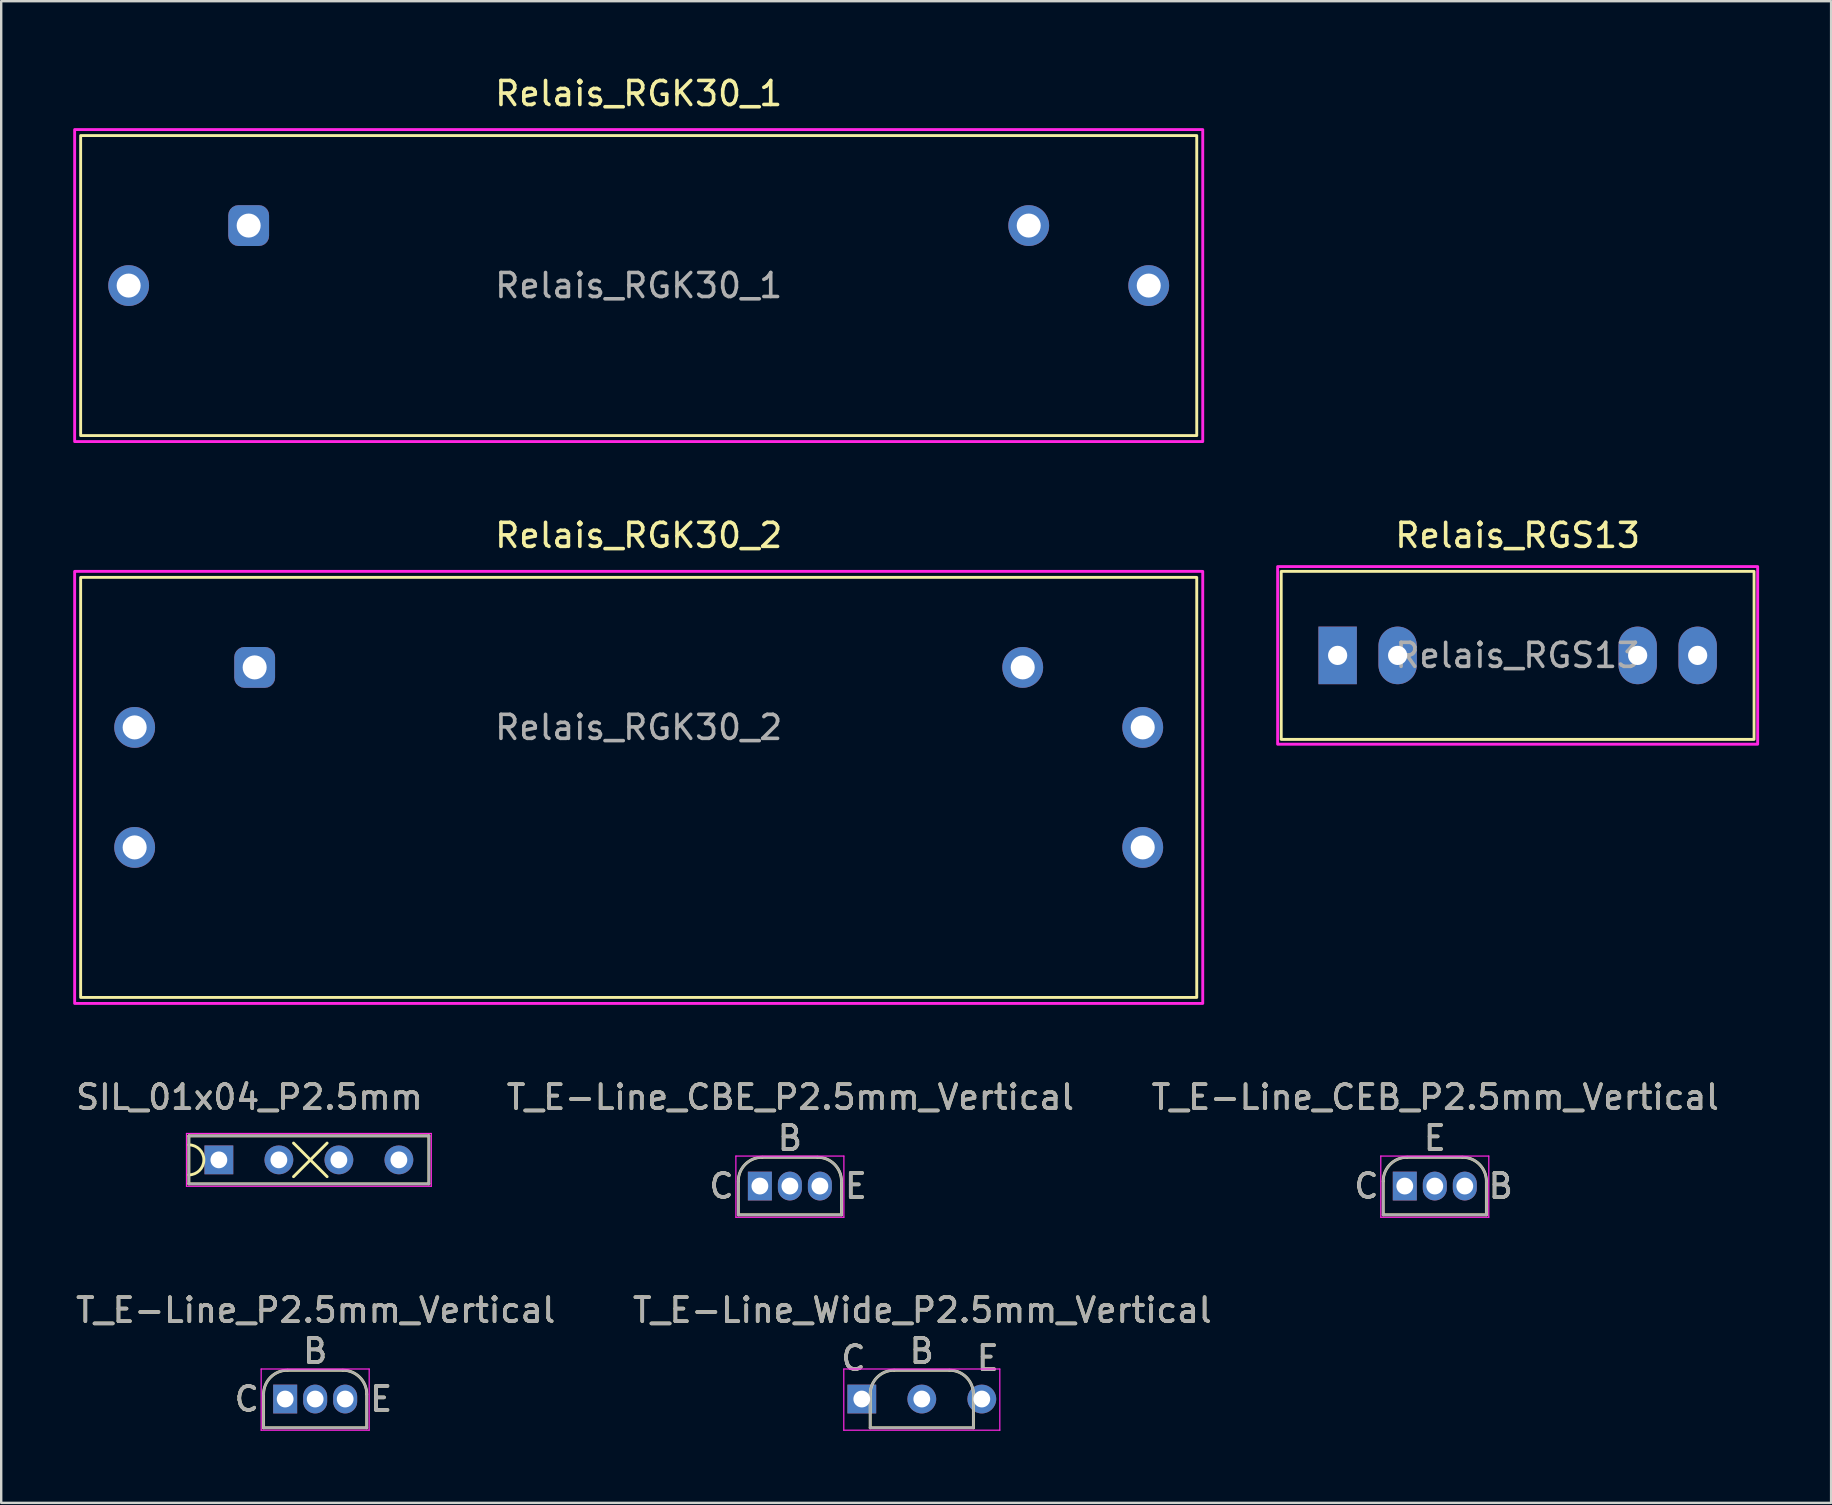
<source format=kicad_pcb>
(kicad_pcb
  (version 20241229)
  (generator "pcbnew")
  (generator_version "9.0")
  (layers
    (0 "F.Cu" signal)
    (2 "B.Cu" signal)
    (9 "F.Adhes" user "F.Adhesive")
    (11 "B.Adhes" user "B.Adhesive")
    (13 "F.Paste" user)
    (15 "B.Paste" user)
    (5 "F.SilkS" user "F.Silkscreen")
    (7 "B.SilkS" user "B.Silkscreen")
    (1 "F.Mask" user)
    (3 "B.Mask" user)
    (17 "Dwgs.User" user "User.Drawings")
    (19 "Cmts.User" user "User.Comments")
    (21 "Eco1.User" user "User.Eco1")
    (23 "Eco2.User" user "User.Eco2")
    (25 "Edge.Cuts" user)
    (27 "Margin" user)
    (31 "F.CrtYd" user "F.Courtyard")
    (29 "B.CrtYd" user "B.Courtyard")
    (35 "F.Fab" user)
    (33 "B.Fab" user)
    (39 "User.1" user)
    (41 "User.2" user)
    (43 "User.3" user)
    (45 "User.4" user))
  (footprint "Relais_RGS13"
    (layer "F.Cu")
    (at 60.18 24.256)
    (property "Reference" "Relais_RGS13" (at 0 -5 0) (unlocked yes) (layer "F.SilkS") (effects (font (size 1 1) (thickness 0.15))))
    (attr through_hole)
    (fp_rect (start -9.85 3.5) (end 9.85 -3.5) (stroke (width 0.12) (type solid)) (fill no) (layer "F.SilkS"))
    (fp_rect (start -10 -3.7) (end 10 3.7) (stroke (width 0.12) (type solid)) (fill no) (layer "F.CrtYd"))
    (fp_text user "${REFERENCE}" (at 0 0 0) (layer "F.Fab") (effects (font (size 1 1) (thickness 0.15))))
    (pad "1" thru_hole rect (at -7.5 0 90) (size 2.4 1.6) (drill 0.8) (layers "*.Cu" "*.Mask"))
    (pad "2" thru_hole oval (at -5 0 90) (size 2.4 1.6) (drill 0.8) (layers "*.Cu" "*.Mask"))
    (pad "6" thru_hole oval (at 5 0 90) (size 2.4 1.6) (drill 0.8) (layers "*.Cu" "*.Mask"))
    (pad "7" thru_hole oval (at 7.5 0 90) (size 2.4 1.6) (drill 0.8) (layers "*.Cu" "*.Mask")))
  (footprint "T_E-Line_CBE_P2.5mm_Vertical"
    (layer "F.Cu")
    (at 28.609 46.365)
    (property "Reference" "T_E-Line_CBE_P2.5mm_Vertical" (at 1.27 -3.7 0) (layer "F.SilkS") (effects (font (size 1 1) (thickness 0.15))))
    (attr through_hole)
    (fp_line (start -0.9 -0.2) (end -0.9 1.2) (stroke (width 0.12) (type solid)) (layer "F.SilkS"))
    (fp_line (start -0.9 1.2) (end 3.4 1.2) (stroke (width 0.12) (type solid)) (layer "F.SilkS"))
    (fp_line (start 2.4 -1.2) (end 0.1 -1.2) (stroke (width 0.12) (type solid)) (layer "F.SilkS"))
    (fp_line (start 3.4 1.2) (end 3.4 -0.2) (stroke (width 0.12) (type solid)) (layer "F.SilkS"))
    (fp_arc (start -0.9 -0.2) (mid -0.607107 -0.907107) (end 0.1 -1.2) (stroke (width 0.12) (type solid)) (layer "F.SilkS"))
    (fp_arc (start 2.4 -1.2) (mid 3.107107 -0.907107) (end 3.4 -0.2) (stroke (width 0.12) (type solid)) (layer "F.SilkS"))
    (fp_line (start -1 -1.25) (end -1 1.3) (stroke (width 0.05) (type solid)) (layer "F.CrtYd"))
    (fp_line (start -1 1.3) (end 3.5 1.3) (stroke (width 0.05) (type solid)) (layer "F.CrtYd"))
    (fp_line (start 3.5 -1.25) (end -1 -1.25) (stroke (width 0.05) (type solid)) (layer "F.CrtYd"))
    (fp_line (start 3.5 1.3) (end 3.5 -1.25) (stroke (width 0.05) (type solid)) (layer "F.CrtYd"))
    (fp_line (start -0.9 -0.2) (end -0.9 1.2) (stroke (width 0.1) (type solid)) (layer "F.Fab"))
    (fp_line (start -0.9 1.2) (end 3.4 1.2) (stroke (width 0.1) (type solid)) (layer "F.Fab"))
    (fp_line (start 2.4 -1.2) (end 0.1 -1.2) (stroke (width 0.1) (type solid)) (layer "F.Fab"))
    (fp_line (start 3.4 1.2) (end 3.4 -0.2) (stroke (width 0.1) (type solid)) (layer "F.Fab"))
    (fp_arc (start -0.9 -0.2) (mid -0.607107 -0.907107) (end 0.1 -1.2) (stroke (width 0.1) (type solid)) (layer "F.Fab"))
    (fp_arc (start 2.4 -1.2) (mid 3.107107 -0.907107) (end 3.4 -0.2) (stroke (width 0.1) (type solid)) (layer "F.Fab"))
    (fp_text user "E" (at 4 0 0) (layer "F.SilkS") (effects (font (size 1 1) (thickness 0.15))))
    (fp_text user "C" (at -1.6 0 0) (layer "F.SilkS") (effects (font (size 1 1) (thickness 0.15))))
    (fp_text user "B" (at 1.25 -2 0) (layer "F.SilkS") (effects (font (size 1 1) (thickness 0.15))))
    (fp_text user "C" (at -1.6 0 0) (layer "F.Fab") (effects (font (size 1 1) (thickness 0.15))))
    (fp_text user "${REFERENCE}" (at 1.27 -3.7 0) (layer "F.Fab") (effects (font (size 1 1) (thickness 0.15))))
    (fp_text user "B" (at 1.25 -2 0) (layer "F.Fab") (effects (font (size 1 1) (thickness 0.15))))
    (fp_text user "E" (at 4 0 0) (layer "F.Fab") (effects (font (size 1 1) (thickness 0.15))))
    (pad "1" thru_hole rect (at 0 0) (size 1 1.2) (drill 0.7) (layers "*.Cu" "*.Mask"))
    (pad "2" thru_hole oval (at 1.25 0) (size 1 1.2) (drill 0.7) (layers "*.Cu" "*.Mask"))
    (pad "3" thru_hole oval (at 2.5 0) (size 1 1.2) (drill 0.7) (layers "*.Cu" "*.Mask")))
  (footprint "T_E-Line_CEB_P2.5mm_Vertical"
    (layer "F.Cu")
    (at 55.478 46.365)
    (property "Reference" "T_E-Line_CEB_P2.5mm_Vertical" (at 1.27 -3.7 0) (layer "F.SilkS") (effects (font (size 1 1) (thickness 0.15))))
    (attr through_hole)
    (fp_line (start -0.9 -0.2) (end -0.9 1.2) (stroke (width 0.12) (type solid)) (layer "F.SilkS"))
    (fp_line (start -0.9 1.2) (end 3.4 1.2) (stroke (width 0.12) (type solid)) (layer "F.SilkS"))
    (fp_line (start 2.4 -1.2) (end 0.1 -1.2) (stroke (width 0.12) (type solid)) (layer "F.SilkS"))
    (fp_line (start 3.4 1.2) (end 3.4 -0.2) (stroke (width 0.12) (type solid)) (layer "F.SilkS"))
    (fp_arc (start -0.9 -0.2) (mid -0.607107 -0.907107) (end 0.1 -1.2) (stroke (width 0.12) (type solid)) (layer "F.SilkS"))
    (fp_arc (start 2.4 -1.2) (mid 3.107107 -0.907107) (end 3.4 -0.2) (stroke (width 0.12) (type solid)) (layer "F.SilkS"))
    (fp_line (start -1 -1.25) (end -1 1.3) (stroke (width 0.05) (type solid)) (layer "F.CrtYd"))
    (fp_line (start -1 1.3) (end 3.5 1.3) (stroke (width 0.05) (type solid)) (layer "F.CrtYd"))
    (fp_line (start 3.5 -1.25) (end -1 -1.25) (stroke (width 0.05) (type solid)) (layer "F.CrtYd"))
    (fp_line (start 3.5 1.3) (end 3.5 -1.25) (stroke (width 0.05) (type solid)) (layer "F.CrtYd"))
    (fp_line (start -0.9 -0.2) (end -0.9 1.2) (stroke (width 0.1) (type solid)) (layer "F.Fab"))
    (fp_line (start -0.9 1.2) (end 3.4 1.2) (stroke (width 0.1) (type solid)) (layer "F.Fab"))
    (fp_line (start 2.4 -1.2) (end 0.1 -1.2) (stroke (width 0.1) (type solid)) (layer "F.Fab"))
    (fp_line (start 3.4 1.2) (end 3.4 -0.2) (stroke (width 0.1) (type solid)) (layer "F.Fab"))
    (fp_arc (start -0.9 -0.2) (mid -0.607107 -0.907107) (end 0.1 -1.2) (stroke (width 0.1) (type solid)) (layer "F.Fab"))
    (fp_arc (start 2.4 -1.2) (mid 3.107107 -0.907107) (end 3.4 -0.2) (stroke (width 0.1) (type solid)) (layer "F.Fab"))
    (fp_text user "B" (at 4 0 0) (layer "F.SilkS") (effects (font (size 1 1) (thickness 0.15))))
    (fp_text user "C" (at -1.6 0 0) (layer "F.SilkS") (effects (font (size 1 1) (thickness 0.15))))
    (fp_text user "E" (at 1.25 -2 0) (layer "F.SilkS") (effects (font (size 1 1) (thickness 0.15))))
    (fp_text user "${REFERENCE}" (at 1.27 -3.7 0) (layer "F.Fab") (effects (font (size 1 1) (thickness 0.15))))
    (fp_text user "B" (at 4 0 0) (layer "F.Fab") (effects (font (size 1 1) (thickness 0.15))))
    (fp_text user "E" (at 1.25 -2 0) (layer "F.Fab") (effects (font (size 1 1) (thickness 0.15))))
    (fp_text user "C" (at -1.6 0 0) (layer "F.Fab") (effects (font (size 1 1) (thickness 0.15))))
    (pad "1" thru_hole rect (at 0 0) (size 1 1.2) (drill 0.7) (layers "*.Cu" "*.Mask"))
    (pad "2" thru_hole oval (at 1.25 0) (size 1 1.2) (drill 0.7) (layers "*.Cu" "*.Mask"))
    (pad "3" thru_hole oval (at 2.5 0) (size 1 1.2) (drill 0.7) (layers "*.Cu" "*.Mask")))
  (footprint "SIL_01x04_P2.5mm"
    (layer "F.Cu")
    (at 6.069 45.274)
    (property "Reference" "SIL_01x04_P2.5mm" (at 1.27 -2.609 0) (layer "F.SilkS") (effects (font (size 1 1) (thickness 0.15))))
    (attr through_hole)
    (fp_line (start -1.25 -1) (end -1.25 1) (stroke (width 0.12) (type solid)) (layer "F.SilkS"))
    (fp_line (start -1.25 -1) (end 8.75 -1) (stroke (width 0.12) (type solid)) (layer "F.SilkS"))
    (fp_line (start -1.25 1) (end 8.75 1) (stroke (width 0.12) (type solid)) (layer "F.SilkS"))
    (fp_line (start 3.11 -0.7) (end 4.51 0.7) (stroke (width 0.12) (type solid)) (layer "F.SilkS"))
    (fp_line (start 3.11 0.7) (end 4.51 -0.7) (stroke (width 0.12) (type solid)) (layer "F.SilkS"))
    (fp_line (start 8.75 1) (end 8.75 -1) (stroke (width 0.12) (type solid)) (layer "F.SilkS"))
    (fp_arc (start -1.25 -0.625) (mid -0.629939 0) (end -1.25 0.625) (stroke (width 0.12) (type solid)) (layer "F.SilkS"))
    (fp_line (start -1.35 -1.1) (end -1.35 1.1) (stroke (width 0.05) (type solid)) (layer "F.CrtYd"))
    (fp_line (start -1.35 1.1) (end 8.85 1.1) (stroke (width 0.05) (type solid)) (layer "F.CrtYd"))
    (fp_line (start 8.85 -1.1) (end -1.35 -1.1) (stroke (width 0.05) (type solid)) (layer "F.CrtYd"))
    (fp_line (start 8.85 1.1) (end 8.85 -1.1) (stroke (width 0.05) (type solid)) (layer "F.CrtYd"))
    (fp_line (start -1.25 -1) (end -1.25 1) (stroke (width 0.1) (type solid)) (layer "F.Fab"))
    (fp_line (start -1.25 -1) (end 8.75 -1) (stroke (width 0.1) (type solid)) (layer "F.Fab"))
    (fp_line (start -1.25 1) (end 8.75 1) (stroke (width 0.1) (type solid)) (layer "F.Fab"))
    (fp_line (start 8.75 1) (end 8.75 -1) (stroke (width 0.1) (type solid)) (layer "F.Fab"))
    (fp_text user "${REFERENCE}" (at 1.27 -2.609 0) (layer "F.Fab") (effects (font (size 1 1) (thickness 0.15))))
    (pad "1" thru_hole rect (at 0 0) (size 1.2 1.2) (drill 0.7) (layers "*.Cu" "*.Mask"))
    (pad "2" thru_hole oval (at 2.5 0) (size 1.2 1.2) (drill 0.7) (layers "*.Cu" "*.Mask"))
    (pad "3" thru_hole oval (at 5 0) (size 1.2 1.2) (drill 0.7) (layers "*.Cu" "*.Mask"))
    (pad "4" thru_hole oval (at 7.5 0) (size 1.2 1.2) (drill 0.7) (layers "*.Cu" "*.Mask")))
  (footprint "Relais_RGK30_2"
    (layer "F.Cu")
    (at 23.56 27.256)
    (property "Reference" "Relais_RGK30_2" (at 0 -8 0) (unlocked yes) (layer "F.SilkS") (effects (font (size 1 1) (thickness 0.15))))
    (attr through_hole)
    (fp_rect (start -23.25 11.25) (end 23.25 -6.25) (stroke (width 0.12) (type solid)) (fill no) (layer "F.SilkS"))
    (fp_rect (start -23.5 11.5) (end 23.5 -6.5) (stroke (width 0.12) (type solid)) (fill no) (layer "F.CrtYd"))
    (fp_text user "${REFERENCE}" (at 0 0 0) (layer "F.Fab") (effects (font (size 1 1) (thickness 0.15))))
    (pad "1" thru_hole roundrect (at -16 -2.5) (size 1.7 1.7) (drill 1) (layers "*.Cu" "*.Mask") (roundrect_rratio 0.25))
    (pad "2" thru_hole circle (at 16 -2.5) (size 1.7 1.7) (drill 1) (layers "*.Cu" "*.Mask"))
    (pad "5" thru_hole circle (at -21 0) (size 1.7 1.7) (drill 1) (layers "*.Cu" "*.Mask"))
    (pad "6" thru_hole circle (at 21 0 90) (size 1.7 1.7) (drill 1) (layers "*.Cu" "*.Mask"))
    (pad "7" thru_hole circle (at -21 5) (size 1.7 1.7) (drill 1) (layers "*.Cu" "*.Mask"))
    (pad "8" thru_hole circle (at 21 5) (size 1.7 1.7) (drill 1) (layers "*.Cu" "*.Mask")))
  (footprint "T_E-Line_Wide_P2.5mm_Vertical"
    (layer "F.Cu")
    (at 34.105 55.238)
    (property "Reference" "T_E-Line_Wide_P2.5mm_Vertical" (at 1.27 -3.7 0) (layer "F.SilkS") (effects (font (size 1 1) (thickness 0.15))))
    (attr through_hole)
    (fp_line (start -0.9 -0.2) (end -0.9 1.2) (stroke (width 0.12) (type solid)) (layer "F.SilkS"))
    (fp_line (start -0.9 1.2) (end 3.4 1.2) (stroke (width 0.12) (type solid)) (layer "F.SilkS"))
    (fp_line (start 2.4 -1.2) (end 0.1 -1.2) (stroke (width 0.12) (type solid)) (layer "F.SilkS"))
    (fp_line (start 3.4 1.2) (end 3.4 -0.2) (stroke (width 0.12) (type solid)) (layer "F.SilkS"))
    (fp_arc (start -0.9 -0.2) (mid -0.607107 -0.907107) (end 0.1 -1.2) (stroke (width 0.12) (type solid)) (layer "F.SilkS"))
    (fp_arc (start 2.4 -1.2) (mid 3.107107 -0.907107) (end 3.4 -0.2) (stroke (width 0.12) (type solid)) (layer "F.SilkS"))
    (fp_line (start -2 -1.25) (end -2 1.3) (stroke (width 0.05) (type solid)) (layer "F.CrtYd"))
    (fp_line (start -2 1.3) (end 4.5 1.3) (stroke (width 0.05) (type solid)) (layer "F.CrtYd"))
    (fp_line (start 4.5 -1.25) (end -2 -1.25) (stroke (width 0.05) (type solid)) (layer "F.CrtYd"))
    (fp_line (start 4.5 1.3) (end 4.5 -1.25) (stroke (width 0.05) (type solid)) (layer "F.CrtYd"))
    (fp_line (start -0.9 -0.2) (end -0.9 1.2) (stroke (width 0.1) (type solid)) (layer "F.Fab"))
    (fp_line (start -0.9 1.2) (end 3.4 1.2) (stroke (width 0.1) (type solid)) (layer "F.Fab"))
    (fp_line (start 2.4 -1.2) (end 0.1 -1.2) (stroke (width 0.1) (type solid)) (layer "F.Fab"))
    (fp_line (start 3.4 1.2) (end 3.4 -0.2) (stroke (width 0.1) (type solid)) (layer "F.Fab"))
    (fp_arc (start -0.9 -0.2) (mid -0.607107 -0.907107) (end 0.1 -1.2) (stroke (width 0.1) (type solid)) (layer "F.Fab"))
    (fp_arc (start 2.4 -1.2) (mid 3.107107 -0.907107) (end 3.4 -0.2) (stroke (width 0.1) (type solid)) (layer "F.Fab"))
    (fp_text user "B" (at 1.25 -2 0) (layer "F.SilkS") (effects (font (size 1 1) (thickness 0.15))))
    (fp_text user "C" (at -1.6 -1.7 0) (layer "F.SilkS") (effects (font (size 1 1) (thickness 0.15))))
    (fp_text user "E" (at 4 -1.7 0) (layer "F.SilkS") (effects (font (size 1 1) (thickness 0.15))))
    (fp_text user "B" (at 1.25 -2 0) (layer "F.Fab") (effects (font (size 1 1) (thickness 0.15))))
    (fp_text user "${REFERENCE}" (at 1.27 -3.7 0) (layer "F.Fab") (effects (font (size 1 1) (thickness 0.15))))
    (fp_text user "E" (at 4 -1.7 0) (layer "F.Fab") (effects (font (size 1 1) (thickness 0.15))))
    (fp_text user "C" (at -1.6 -1.7 0) (layer "F.Fab") (effects (font (size 1 1) (thickness 0.15))))
    (pad "1" thru_hole rect (at -1.25 0) (size 1.2 1.2) (drill 0.7) (layers "*.Cu" "*.Mask"))
    (pad "2" thru_hole oval (at 1.25 0) (size 1.2 1.2) (drill 0.7) (layers "*.Cu" "*.Mask"))
    (pad "3" thru_hole oval (at 3.75 0) (size 1.2 1.2) (drill 0.7) (layers "*.Cu" "*.Mask")))
  (footprint "Relais_RGK30_1"
    (layer "F.Cu")
    (at 23.56 8.848)
    (property "Reference" "Relais_RGK30_1" (at 0 -8 0) (unlocked yes) (layer "F.SilkS") (effects (font (size 1 1) (thickness 0.15))))
    (attr through_hole)
    (fp_rect (start -23.25 6.25) (end 23.25 -6.25) (stroke (width 0.12) (type solid)) (fill no) (layer "F.SilkS"))
    (fp_rect (start -23.5 6.5) (end 23.5 -6.5) (stroke (width 0.12) (type solid)) (fill no) (layer "F.CrtYd"))
    (fp_text user "${REFERENCE}" (at 0 0 0) (layer "F.Fab") (effects (font (size 1 1) (thickness 0.15))))
    (pad "1" thru_hole roundrect (at -16.25 -2.5) (size 1.7 1.7) (drill 1) (layers "*.Cu" "*.Mask") (roundrect_rratio 0.25))
    (pad "2" thru_hole circle (at 16.25 -2.5) (size 1.7 1.7) (drill 1) (layers "*.Cu" "*.Mask"))
    (pad "5" thru_hole circle (at -21.25 0) (size 1.7 1.7) (drill 1) (layers "*.Cu" "*.Mask"))
    (pad "6" thru_hole circle (at 21.25 0) (size 1.7 1.7) (drill 1) (layers "*.Cu" "*.Mask")))
  (footprint "T_E-Line_P2.5mm_Vertical"
    (layer "F.Cu")
    (at 8.831 55.238)
    (property "Reference" "T_E-Line_P2.5mm_Vertical" (at 1.27 -3.7 0) (layer "F.SilkS") (effects (font (size 1 1) (thickness 0.15))))
    (attr through_hole)
    (fp_line (start -0.9 -0.2) (end -0.9 1.2) (stroke (width 0.12) (type solid)) (layer "F.SilkS"))
    (fp_line (start -0.9 1.2) (end 3.4 1.2) (stroke (width 0.12) (type solid)) (layer "F.SilkS"))
    (fp_line (start 2.4 -1.2) (end 0.1 -1.2) (stroke (width 0.12) (type solid)) (layer "F.SilkS"))
    (fp_line (start 3.4 1.2) (end 3.4 -0.2) (stroke (width 0.12) (type solid)) (layer "F.SilkS"))
    (fp_arc (start -0.9 -0.2) (mid -0.607107 -0.907107) (end 0.1 -1.2) (stroke (width 0.12) (type solid)) (layer "F.SilkS"))
    (fp_arc (start 2.4 -1.2) (mid 3.107107 -0.907107) (end 3.4 -0.2) (stroke (width 0.12) (type solid)) (layer "F.SilkS"))
    (fp_line (start -1 -1.25) (end -1 1.3) (stroke (width 0.05) (type solid)) (layer "F.CrtYd"))
    (fp_line (start -1 1.3) (end 3.5 1.3) (stroke (width 0.05) (type solid)) (layer "F.CrtYd"))
    (fp_line (start 3.5 -1.25) (end -1 -1.25) (stroke (width 0.05) (type solid)) (layer "F.CrtYd"))
    (fp_line (start 3.5 1.3) (end 3.5 -1.25) (stroke (width 0.05) (type solid)) (layer "F.CrtYd"))
    (fp_line (start -0.9 -0.2) (end -0.9 1.2) (stroke (width 0.1) (type solid)) (layer "F.Fab"))
    (fp_line (start -0.9 1.2) (end 3.4 1.2) (stroke (width 0.1) (type solid)) (layer "F.Fab"))
    (fp_line (start 2.4 -1.2) (end 0.1 -1.2) (stroke (width 0.1) (type solid)) (layer "F.Fab"))
    (fp_line (start 3.4 1.2) (end 3.4 -0.2) (stroke (width 0.1) (type solid)) (layer "F.Fab"))
    (fp_arc (start -0.9 -0.2) (mid -0.607107 -0.907107) (end 0.1 -1.2) (stroke (width 0.1) (type solid)) (layer "F.Fab"))
    (fp_arc (start 2.4 -1.2) (mid 3.107107 -0.907107) (end 3.4 -0.2) (stroke (width 0.1) (type solid)) (layer "F.Fab"))
    (fp_text user "E" (at 4 0 0) (layer "F.SilkS") (effects (font (size 1 1) (thickness 0.15))))
    (fp_text user "C" (at -1.6 0 0) (layer "F.SilkS") (effects (font (size 1 1) (thickness 0.15))))
    (fp_text user "B" (at 1.25 -2 0) (layer "F.SilkS") (effects (font (size 1 1) (thickness 0.15))))
    (fp_text user "C" (at -1.6 0 0) (layer "F.Fab") (effects (font (size 1 1) (thickness 0.15))))
    (fp_text user "B" (at 1.25 -2 0) (layer "F.Fab") (effects (font (size 1 1) (thickness 0.15))))
    (fp_text user "E" (at 4 0 0) (layer "F.Fab") (effects (font (size 1 1) (thickness 0.15))))
    (fp_text user "${REFERENCE}" (at 1.27 -3.7 0) (layer "F.Fab") (effects (font (size 1 1) (thickness 0.15))))
    (pad "1" thru_hole rect (at 0 0) (size 1 1.2) (drill 0.7) (layers "*.Cu" "*.Mask"))
    (pad "2" thru_hole oval (at 1.25 0) (size 1 1.2) (drill 0.7) (layers "*.Cu" "*.Mask"))
    (pad "3" thru_hole oval (at 2.5 0) (size 1 1.2) (drill 0.7) (layers "*.Cu" "*.Mask")))
  (gr_rect
    (start -3 -3)
    (end 73.24 59.563)
    (stroke (width 0.1) (type default))
    (fill no)
    (layer "Edge.Cuts")))
</source>
